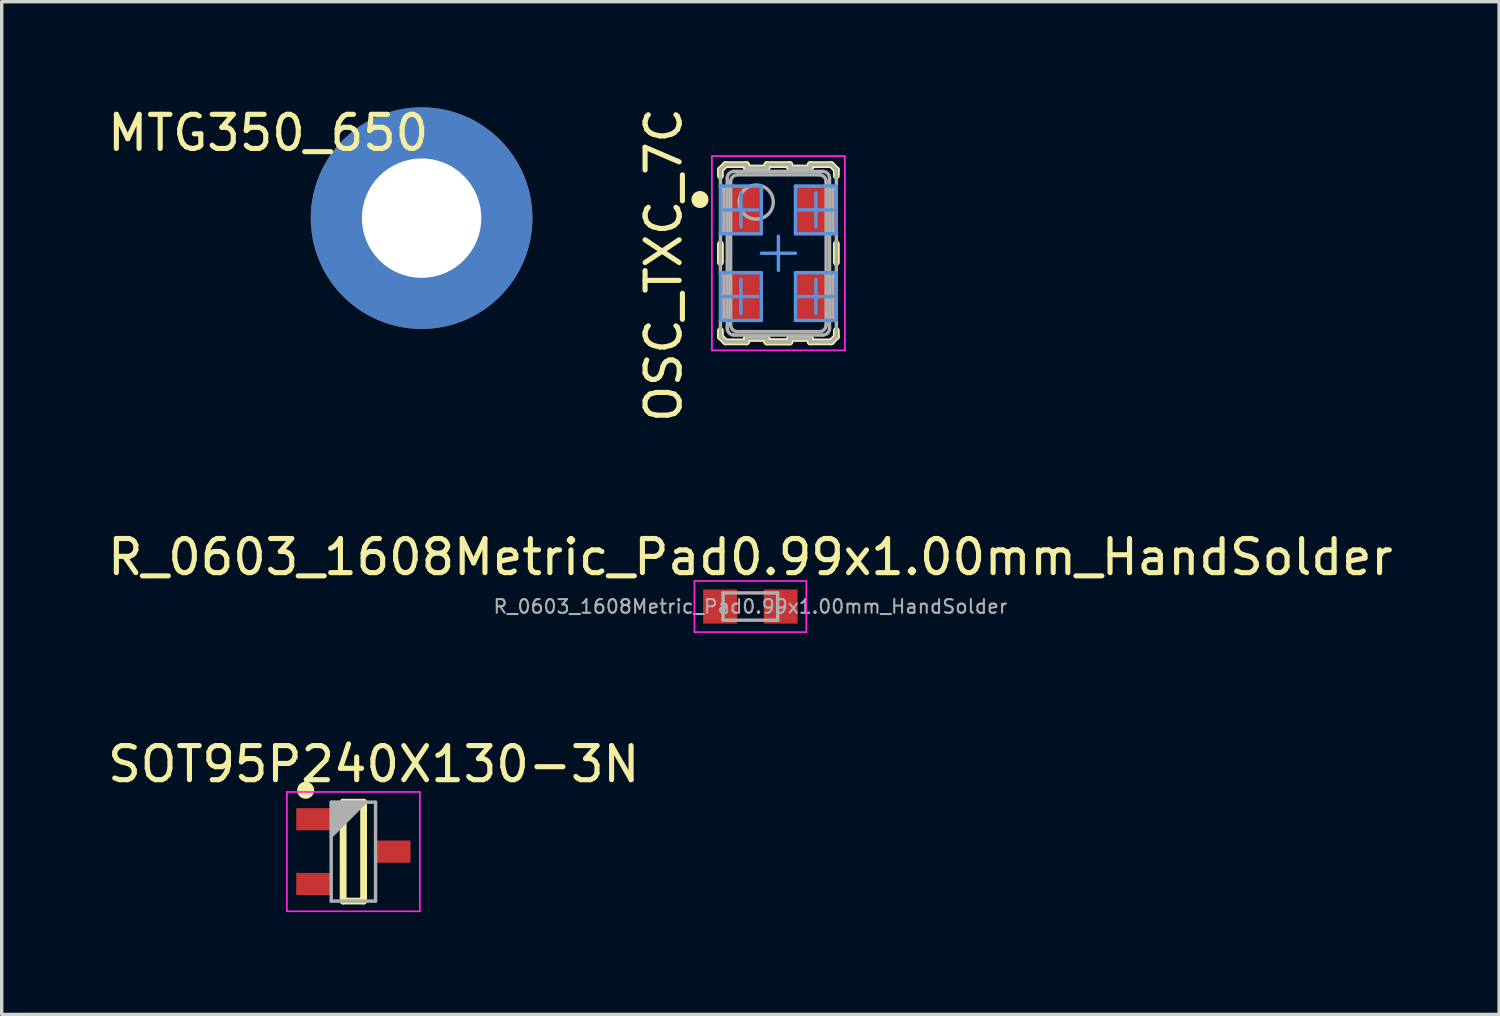
<source format=kicad_pcb>
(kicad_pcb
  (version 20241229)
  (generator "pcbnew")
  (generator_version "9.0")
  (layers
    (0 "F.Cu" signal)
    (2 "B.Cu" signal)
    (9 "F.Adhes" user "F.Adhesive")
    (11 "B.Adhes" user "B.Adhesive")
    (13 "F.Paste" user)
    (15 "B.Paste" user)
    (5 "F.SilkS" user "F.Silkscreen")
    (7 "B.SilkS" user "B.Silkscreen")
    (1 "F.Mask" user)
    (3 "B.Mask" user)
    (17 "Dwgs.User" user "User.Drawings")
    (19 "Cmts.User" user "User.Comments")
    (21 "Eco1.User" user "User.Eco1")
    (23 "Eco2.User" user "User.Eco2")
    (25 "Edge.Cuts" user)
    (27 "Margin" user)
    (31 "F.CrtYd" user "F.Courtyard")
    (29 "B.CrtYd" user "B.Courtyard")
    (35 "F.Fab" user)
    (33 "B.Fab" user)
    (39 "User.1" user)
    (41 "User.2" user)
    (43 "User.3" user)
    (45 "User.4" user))
  (footprint "MTG350_650"
    (layer "F.Cu")
    (at 9.315 3.348)
    (property "Reference" "MTG350_650" (at -4.5 -2.5 0) (layer "F.SilkS") (effects (font (size 1 1) (thickness 0.15))))
    (attr through_hole)
    (pad "1" thru_hole circle (at 0 0) (size 6.5 6.5) (drill 3.5) (layers "*.Cu" "*.Mask")))
  (footprint "R_0603_1608Metric_Pad0.99x1.00mm_HandSolder"
    (layer "F.Cu")
    (at 18.958 14.739)
    (property "Reference" "R_0603_1608Metric_Pad0.99x1.00mm_HandSolder" (at 0 -1.45 180) (layer "F.SilkS") (effects (font (size 1 1) (thickness 0.15))))
    (attr smd)
    (fp_line (start -1.64 -0.75) (end 1.64 -0.75) (stroke (width 0.05) (type solid)) (layer "F.CrtYd"))
    (fp_line (start -1.64 0.75) (end -1.64 -0.75) (stroke (width 0.05) (type solid)) (layer "F.CrtYd"))
    (fp_line (start 1.64 -0.75) (end 1.64 0.75) (stroke (width 0.05) (type solid)) (layer "F.CrtYd"))
    (fp_line (start 1.64 0.75) (end -1.64 0.75) (stroke (width 0.05) (type solid)) (layer "F.CrtYd"))
    (fp_line (start -0.8 -0.4) (end 0.8 -0.4) (stroke (width 0.1) (type solid)) (layer "F.Fab"))
    (fp_line (start -0.8 0.4) (end -0.8 -0.4) (stroke (width 0.1) (type solid)) (layer "F.Fab"))
    (fp_line (start 0.8 -0.4) (end 0.8 0.4) (stroke (width 0.1) (type solid)) (layer "F.Fab"))
    (fp_line (start 0.8 0.4) (end -0.8 0.4) (stroke (width 0.1) (type solid)) (layer "F.Fab"))
    (fp_text user "${REFERENCE}" (at 0 0 180) (layer "F.Fab") (effects (font (size 0.4 0.4) (thickness 0.06))))
    (pad "1" smd rect (at -0.887 0) (size 0.995 1) (layers "F.Cu" "F.Mask" "F.Paste"))
    (pad "2" smd rect (at 0.887 0) (size 0.995 1) (layers "F.Cu" "F.Mask" "F.Paste")))
  (footprint "OSC_TXC_7C"
    (layer "F.Cu")
    (at 19.779 4.377)
    (property "Reference" "OSC_TXC_7C" (at -3.365 0.344 270) (layer "F.SilkS") (effects (font (size 1 1) (thickness 0.15))))
    (attr smd)
    (fp_line (start -1.7 -2.45) (end -1.55 -2.6) (stroke (width 0.2) (type solid)) (layer "F.SilkS"))
    (fp_line (start -1.7 -2.27) (end -1.7 -2.45) (stroke (width 0.2) (type solid)) (layer "F.SilkS"))
    (fp_line (start -1.7 0.27) (end -1.7 -0.27) (stroke (width 0.2) (type solid)) (layer "F.SilkS"))
    (fp_line (start -1.7 2.45) (end -1.7 2.27) (stroke (width 0.2) (type solid)) (layer "F.SilkS"))
    (fp_line (start -1.7 2.45) (end -1.55 2.6) (stroke (width 0.2) (type solid)) (layer "F.SilkS"))
    (fp_line (start -1.55 -2.6) (end -0.935 -2.6) (stroke (width 0.2) (type solid)) (layer "F.SilkS"))
    (fp_line (start -1.55 2.6) (end -0.935 2.6) (stroke (width 0.2) (type solid)) (layer "F.SilkS"))
    (fp_line (start -0.935 -2.5) (end -0.935 -2.6) (stroke (width 0.2) (type solid)) (layer "F.SilkS"))
    (fp_line (start -0.935 -2.5) (end -0.335 -2.5) (stroke (width 0.2) (type solid)) (layer "F.SilkS"))
    (fp_line (start -0.935 2.5) (end -0.335 2.5) (stroke (width 0.2) (type solid)) (layer "F.SilkS"))
    (fp_line (start -0.935 2.6) (end -0.935 2.5) (stroke (width 0.2) (type solid)) (layer "F.SilkS"))
    (fp_line (start -0.335 -2.6) (end 0.335 -2.6) (stroke (width 0.2) (type solid)) (layer "F.SilkS"))
    (fp_line (start -0.335 -2.5) (end -0.335 -2.6) (stroke (width 0.2) (type solid)) (layer "F.SilkS"))
    (fp_line (start -0.335 2.6) (end -0.335 2.5) (stroke (width 0.2) (type solid)) (layer "F.SilkS"))
    (fp_line (start -0.335 2.6) (end 0.335 2.6) (stroke (width 0.2) (type solid)) (layer "F.SilkS"))
    (fp_line (start -0.335 2.6) (end 0.335 2.6) (stroke (width 0.2) (type solid)) (layer "F.SilkS"))
    (fp_line (start 0.335 -2.5) (end 0.335 -2.6) (stroke (width 0.2) (type solid)) (layer "F.SilkS"))
    (fp_line (start 0.335 -2.5) (end 0.935 -2.5) (stroke (width 0.2) (type solid)) (layer "F.SilkS"))
    (fp_line (start 0.335 2.5) (end 0.935 2.5) (stroke (width 0.2) (type solid)) (layer "F.SilkS"))
    (fp_line (start 0.335 2.6) (end 0.335 2.5) (stroke (width 0.2) (type solid)) (layer "F.SilkS"))
    (fp_line (start 0.935 -2.6) (end 1.55 -2.6) (stroke (width 0.2) (type solid)) (layer "F.SilkS"))
    (fp_line (start 0.935 -2.5) (end 0.935 -2.6) (stroke (width 0.2) (type solid)) (layer "F.SilkS"))
    (fp_line (start 0.935 2.6) (end 0.935 2.5) (stroke (width 0.2) (type solid)) (layer "F.SilkS"))
    (fp_line (start 0.935 2.6) (end 1.55 2.6) (stroke (width 0.2) (type solid)) (layer "F.SilkS"))
    (fp_line (start 1.55 -2.6) (end 1.7 -2.45) (stroke (width 0.2) (type solid)) (layer "F.SilkS"))
    (fp_line (start 1.55 2.6) (end 1.7 2.45) (stroke (width 0.2) (type solid)) (layer "F.SilkS"))
    (fp_line (start 1.7 -2.27) (end 1.7 -2.45) (stroke (width 0.2) (type solid)) (layer "F.SilkS"))
    (fp_line (start 1.7 0.27) (end 1.7 -0.27) (stroke (width 0.2) (type solid)) (layer "F.SilkS"))
    (fp_line (start 1.7 2.45) (end 1.7 2.27) (stroke (width 0.2) (type solid)) (layer "F.SilkS"))
    (fp_circle (center -2.3 -1.575) (end -2.175 -1.575) (stroke (width 0.25) (type solid)) (fill no) (layer "F.SilkS"))
    (fp_line (start -1.7 -1.97) (end -0.5 -1.97) (stroke (width 0.1) (type solid)) (layer "Cmts.User"))
    (fp_line (start -1.7 -0.57) (end -1.7 -1.97) (stroke (width 0.1) (type solid)) (layer "Cmts.User"))
    (fp_line (start -1.7 -0.57) (end -0.5 -0.57) (stroke (width 0.1) (type solid)) (layer "Cmts.User"))
    (fp_line (start -1.7 0.57) (end -0.5 0.57) (stroke (width 0.1) (type solid)) (layer "Cmts.User"))
    (fp_line (start -1.7 1.97) (end -1.7 0.57) (stroke (width 0.1) (type solid)) (layer "Cmts.User"))
    (fp_line (start -1.7 1.97) (end -0.5 1.97) (stroke (width 0.1) (type solid)) (layer "Cmts.User"))
    (fp_line (start -1.6 -1.27) (end -1.1 -1.27) (stroke (width 0.1) (type solid)) (layer "Cmts.User"))
    (fp_line (start -1.6 1.27) (end -1.1 1.27) (stroke (width 0.1) (type solid)) (layer "Cmts.User"))
    (fp_line (start -1.1 -1.27) (end -1.1 -1.77) (stroke (width 0.1) (type solid)) (layer "Cmts.User"))
    (fp_line (start -1.1 -1.27) (end -0.6 -1.27) (stroke (width 0.1) (type solid)) (layer "Cmts.User"))
    (fp_line (start -1.1 -0.77) (end -1.1 -1.27) (stroke (width 0.1) (type solid)) (layer "Cmts.User"))
    (fp_line (start -1.1 1.27) (end -1.1 0.77) (stroke (width 0.1) (type solid)) (layer "Cmts.User"))
    (fp_line (start -1.1 1.27) (end -0.6 1.27) (stroke (width 0.1) (type solid)) (layer "Cmts.User"))
    (fp_line (start -1.1 1.77) (end -1.1 1.27) (stroke (width 0.1) (type solid)) (layer "Cmts.User"))
    (fp_line (start -0.5 -0.57) (end -0.5 -1.97) (stroke (width 0.1) (type solid)) (layer "Cmts.User"))
    (fp_line (start -0.5 0) (end 0 0) (stroke (width 0.1) (type solid)) (layer "Cmts.User"))
    (fp_line (start -0.5 1.97) (end -0.5 0.57) (stroke (width 0.1) (type solid)) (layer "Cmts.User"))
    (fp_line (start 0 0) (end 0 -0.5) (stroke (width 0.1) (type solid)) (layer "Cmts.User"))
    (fp_line (start 0 0) (end 0.5 0) (stroke (width 0.1) (type solid)) (layer "Cmts.User"))
    (fp_line (start 0 0.5) (end 0 0) (stroke (width 0.1) (type solid)) (layer "Cmts.User"))
    (fp_line (start 0.5 -1.97) (end 1.7 -1.97) (stroke (width 0.1) (type solid)) (layer "Cmts.User"))
    (fp_line (start 0.5 -0.57) (end 0.5 -1.97) (stroke (width 0.1) (type solid)) (layer "Cmts.User"))
    (fp_line (start 0.5 -0.57) (end 1.7 -0.57) (stroke (width 0.1) (type solid)) (layer "Cmts.User"))
    (fp_line (start 0.5 0.57) (end 1.7 0.57) (stroke (width 0.1) (type solid)) (layer "Cmts.User"))
    (fp_line (start 0.5 1.97) (end 0.5 0.57) (stroke (width 0.1) (type solid)) (layer "Cmts.User"))
    (fp_line (start 0.5 1.97) (end 1.7 1.97) (stroke (width 0.1) (type solid)) (layer "Cmts.User"))
    (fp_line (start 0.6 -1.27) (end 1.1 -1.27) (stroke (width 0.1) (type solid)) (layer "Cmts.User"))
    (fp_line (start 0.6 1.27) (end 1.1 1.27) (stroke (width 0.1) (type solid)) (layer "Cmts.User"))
    (fp_line (start 1.1 -1.27) (end 1.1 -1.77) (stroke (width 0.1) (type solid)) (layer "Cmts.User"))
    (fp_line (start 1.1 -1.27) (end 1.6 -1.27) (stroke (width 0.1) (type solid)) (layer "Cmts.User"))
    (fp_line (start 1.1 -0.77) (end 1.1 -1.27) (stroke (width 0.1) (type solid)) (layer "Cmts.User"))
    (fp_line (start 1.1 1.27) (end 1.1 0.77) (stroke (width 0.1) (type solid)) (layer "Cmts.User"))
    (fp_line (start 1.1 1.27) (end 1.6 1.27) (stroke (width 0.1) (type solid)) (layer "Cmts.User"))
    (fp_line (start 1.1 1.77) (end 1.1 1.27) (stroke (width 0.1) (type solid)) (layer "Cmts.User"))
    (fp_line (start 1.7 -0.57) (end 1.7 -1.97) (stroke (width 0.1) (type solid)) (layer "Cmts.User"))
    (fp_line (start 1.7 1.97) (end 1.7 0.57) (stroke (width 0.1) (type solid)) (layer "Cmts.User"))
    (fp_line (start -1.95 -2.85) (end 1.95 -2.85) (stroke (width 0.05) (type solid)) (layer "F.CrtYd"))
    (fp_line (start -1.95 2.85) (end -1.95 -2.85) (stroke (width 0.05) (type solid)) (layer "F.CrtYd"))
    (fp_line (start -1.95 2.85) (end 1.95 2.85) (stroke (width 0.05) (type solid)) (layer "F.CrtYd"))
    (fp_line (start 1.95 2.85) (end 1.95 -2.85) (stroke (width 0.05) (type solid)) (layer "F.CrtYd"))
    (fp_line (start -1.7 -2.45) (end -1.55 -2.6) (stroke (width 0.1) (type solid)) (layer "F.Fab"))
    (fp_line (start -1.7 -1.97) (end -1.7 -2.45) (stroke (width 0.1) (type solid)) (layer "F.Fab"))
    (fp_line (start -1.7 -1.97) (end -1.6 -1.87) (stroke (width 0.1) (type solid)) (layer "F.Fab"))
    (fp_line (start -1.7 -0.57) (end -1.6 -0.67) (stroke (width 0.1) (type solid)) (layer "F.Fab"))
    (fp_line (start -1.7 0.57) (end -1.7 -0.57) (stroke (width 0.1) (type solid)) (layer "F.Fab"))
    (fp_line (start -1.7 0.57) (end -1.6 0.67) (stroke (width 0.1) (type solid)) (layer "F.Fab"))
    (fp_line (start -1.7 1.97) (end -1.6 1.87) (stroke (width 0.1) (type solid)) (layer "F.Fab"))
    (fp_line (start -1.7 2.45) (end -1.7 1.97) (stroke (width 0.1) (type solid)) (layer "F.Fab"))
    (fp_line (start -1.7 2.45) (end -1.55 2.6) (stroke (width 0.1) (type solid)) (layer "F.Fab"))
    (fp_line (start -1.6 -0.67) (end -1.6 -1.87) (stroke (width 0.1) (type solid)) (layer "F.Fab"))
    (fp_line (start -1.6 1.87) (end -1.6 0.67) (stroke (width 0.1) (type solid)) (layer "F.Fab"))
    (fp_line (start -1.55 -2.6) (end -0.935 -2.6) (stroke (width 0.1) (type solid)) (layer "F.Fab"))
    (fp_line (start -1.55 2.6) (end -0.935 2.6) (stroke (width 0.1) (type solid)) (layer "F.Fab"))
    (fp_line (start -1.5 2.2) (end -1.5 -2.2) (stroke (width 0.1) (type solid)) (layer "F.Fab"))
    (fp_line (start -1.4 2.1) (end -1.4 -2.1) (stroke (width 0.1) (type solid)) (layer "F.Fab"))
    (fp_line (start -1.3 -2.4) (end 1.3 -2.4) (stroke (width 0.1) (type solid)) (layer "F.Fab"))
    (fp_line (start -1.3 2.4) (end 1.3 2.4) (stroke (width 0.1) (type solid)) (layer "F.Fab"))
    (fp_line (start -1.2 -2.3) (end 1.2 -2.3) (stroke (width 0.1) (type solid)) (layer "F.Fab"))
    (fp_line (start -1.2 2.3) (end 1.2 2.3) (stroke (width 0.1) (type solid)) (layer "F.Fab"))
    (fp_line (start -0.935 -2.5) (end -0.935 -2.6) (stroke (width 0.1) (type solid)) (layer "F.Fab"))
    (fp_line (start -0.935 -2.5) (end -0.335 -2.5) (stroke (width 0.1) (type solid)) (layer "F.Fab"))
    (fp_line (start -0.935 2.5) (end -0.335 2.5) (stroke (width 0.1) (type solid)) (layer "F.Fab"))
    (fp_line (start -0.935 2.6) (end -0.935 2.5) (stroke (width 0.1) (type solid)) (layer "F.Fab"))
    (fp_line (start -0.335 -2.6) (end 0.335 -2.6) (stroke (width 0.1) (type solid)) (layer "F.Fab"))
    (fp_line (start -0.335 -2.5) (end -0.335 -2.6) (stroke (width 0.1) (type solid)) (layer "F.Fab"))
    (fp_line (start -0.335 2.6) (end -0.335 2.5) (stroke (width 0.1) (type solid)) (layer "F.Fab"))
    (fp_line (start -0.335 2.6) (end 0.335 2.6) (stroke (width 0.1) (type solid)) (layer "F.Fab"))
    (fp_line (start -0.335 2.6) (end 0.335 2.6) (stroke (width 0.1) (type solid)) (layer "F.Fab"))
    (fp_line (start 0.335 -2.5) (end 0.335 -2.6) (stroke (width 0.1) (type solid)) (layer "F.Fab"))
    (fp_line (start 0.335 -2.5) (end 0.935 -2.5) (stroke (width 0.1) (type solid)) (layer "F.Fab"))
    (fp_line (start 0.335 2.5) (end 0.935 2.5) (stroke (width 0.1) (type solid)) (layer "F.Fab"))
    (fp_line (start 0.335 2.6) (end 0.335 2.5) (stroke (width 0.1) (type solid)) (layer "F.Fab"))
    (fp_line (start 0.935 -2.6) (end 1.55 -2.6) (stroke (width 0.1) (type solid)) (layer "F.Fab"))
    (fp_line (start 0.935 -2.5) (end 0.935 -2.6) (stroke (width 0.1) (type solid)) (layer "F.Fab"))
    (fp_line (start 0.935 2.6) (end 0.935 2.5) (stroke (width 0.1) (type solid)) (layer "F.Fab"))
    (fp_line (start 0.935 2.6) (end 1.55 2.6) (stroke (width 0.1) (type solid)) (layer "F.Fab"))
    (fp_line (start 1.4 2.1) (end 1.4 -2.1) (stroke (width 0.1) (type solid)) (layer "F.Fab"))
    (fp_line (start 1.5 2.2) (end 1.5 -2.2) (stroke (width 0.1) (type solid)) (layer "F.Fab"))
    (fp_line (start 1.55 -2.6) (end 1.7 -2.45) (stroke (width 0.1) (type solid)) (layer "F.Fab"))
    (fp_line (start 1.55 2.6) (end 1.7 2.45) (stroke (width 0.1) (type solid)) (layer "F.Fab"))
    (fp_line (start 1.6 -1.87) (end 1.7 -1.97) (stroke (width 0.1) (type solid)) (layer "F.Fab"))
    (fp_line (start 1.6 -0.67) (end 1.6 -1.87) (stroke (width 0.1) (type solid)) (layer "F.Fab"))
    (fp_line (start 1.6 -0.67) (end 1.7 -0.57) (stroke (width 0.1) (type solid)) (layer "F.Fab"))
    (fp_line (start 1.6 0.67) (end 1.6 1.87) (stroke (width 0.1) (type solid)) (layer "F.Fab"))
    (fp_line (start 1.6 0.67) (end 1.7 0.57) (stroke (width 0.1) (type solid)) (layer "F.Fab"))
    (fp_line (start 1.6 1.87) (end 1.7 1.97) (stroke (width 0.1) (type solid)) (layer "F.Fab"))
    (fp_line (start 1.7 -1.97) (end 1.7 -2.45) (stroke (width 0.1) (type solid)) (layer "F.Fab"))
    (fp_line (start 1.7 0.57) (end 1.7 -0.57) (stroke (width 0.1) (type solid)) (layer "F.Fab"))
    (fp_line (start 1.7 1.97) (end 1.7 2.45) (stroke (width 0.1) (type solid)) (layer "F.Fab"))
    (fp_arc (start -1.5 -2.2) (mid -1.441421 -2.341421) (end -1.3 -2.4) (stroke (width 0.1) (type solid)) (layer "F.Fab"))
    (fp_arc (start -1.4 -2.1) (mid -1.341421 -2.241421) (end -1.2 -2.3) (stroke (width 0.1) (type solid)) (layer "F.Fab"))
    (fp_arc (start -1.3 2.4) (mid -1.441421 2.341421) (end -1.5 2.2) (stroke (width 0.1) (type solid)) (layer "F.Fab"))
    (fp_arc (start -1.2 2.3) (mid -1.341421 2.241421) (end -1.4 2.1) (stroke (width 0.1) (type solid)) (layer "F.Fab"))
    (fp_arc (start 1.2 -2.3) (mid 1.341421 -2.241421) (end 1.4 -2.1) (stroke (width 0.1) (type solid)) (layer "F.Fab"))
    (fp_arc (start 1.3 -2.4) (mid 1.441421 -2.341421) (end 1.5 -2.2) (stroke (width 0.1) (type solid)) (layer "F.Fab"))
    (fp_arc (start 1.4 2.1) (mid 1.341421 2.241421) (end 1.2 2.3) (stroke (width 0.1) (type solid)) (layer "F.Fab"))
    (fp_arc (start 1.5 2.2) (mid 1.441421 2.341421) (end 1.3 2.4) (stroke (width 0.1) (type solid)) (layer "F.Fab"))
    (fp_circle (center -0.65 -1.5) (end -0.15 -1.5) (stroke (width 0.1) (type solid)) (fill no) (layer "F.Fab"))
    (pad "1" smd rect (at -1.1 -1.27) (size 1.2 1.4) (layers "F.Cu" "F.Mask" "F.Paste"))
    (pad "2" smd rect (at -1.1 1.27) (size 1.2 1.4) (layers "F.Cu" "F.Mask" "F.Paste"))
    (pad "3" smd rect (at 1.1 1.27) (size 1.2 1.4) (layers "F.Cu" "F.Mask" "F.Paste"))
    (pad "4" smd rect (at 1.1 -1.27) (size 1.2 1.4) (layers "F.Cu" "F.Mask" "F.Paste")))
  (footprint "SOT95P240X130-3N"
    (layer "F.Cu")
    (at 7.314 21.927)
    (property "Reference" "SOT95P240X130-3N" (at 0.597 -2.565 180) (layer "F.SilkS") (effects (font (size 1 1) (thickness 0.15))))
    (attr smd)
    (fp_line (start -0.3 -1.45) (end 0.3 -1.45) (stroke (width 0.2) (type solid)) (layer "F.SilkS"))
    (fp_line (start -0.3 1.45) (end -0.3 -1.45) (stroke (width 0.2) (type solid)) (layer "F.SilkS"))
    (fp_line (start -0.3 1.45) (end 0.3 1.45) (stroke (width 0.2) (type solid)) (layer "F.SilkS"))
    (fp_line (start 0.3 1.45) (end 0.3 -1.45) (stroke (width 0.2) (type solid)) (layer "F.SilkS"))
    (fp_circle (center -1.4 -1.8) (end -1.275 -1.8) (stroke (width 0.25) (type solid)) (fill no) (layer "F.SilkS"))
    (fp_line (start -1.95 -1.75) (end 1.95 -1.75) (stroke (width 0.05) (type solid)) (layer "F.CrtYd"))
    (fp_line (start -1.95 1.75) (end -1.95 -1.75) (stroke (width 0.05) (type solid)) (layer "F.CrtYd"))
    (fp_line (start -1.95 1.75) (end 1.95 1.75) (stroke (width 0.05) (type solid)) (layer "F.CrtYd"))
    (fp_line (start 1.95 1.75) (end 1.95 -1.75) (stroke (width 0.05) (type solid)) (layer "F.CrtYd"))
    (fp_line (start -0.65 -1.45) (end 0.65 -1.45) (stroke (width 0.1) (type solid)) (layer "F.Fab"))
    (fp_line (start -0.65 -1.35) (end -0.55 -1.45) (stroke (width 0.1) (type solid)) (layer "F.Fab"))
    (fp_line (start -0.65 -1.25) (end -0.45 -1.45) (stroke (width 0.1) (type solid)) (layer "F.Fab"))
    (fp_line (start -0.65 -1.15) (end -0.35 -1.45) (stroke (width 0.1) (type solid)) (layer "F.Fab"))
    (fp_line (start -0.65 -1.05) (end -0.25 -1.45) (stroke (width 0.1) (type solid)) (layer "F.Fab"))
    (fp_line (start -0.65 -0.95) (end -0.15 -1.45) (stroke (width 0.1) (type solid)) (layer "F.Fab"))
    (fp_line (start -0.65 -0.85) (end -0.05 -1.45) (stroke (width 0.1) (type solid)) (layer "F.Fab"))
    (fp_line (start -0.65 -0.75) (end 0.05 -1.45) (stroke (width 0.1) (type solid)) (layer "F.Fab"))
    (fp_line (start -0.65 -0.65) (end 0.15 -1.45) (stroke (width 0.1) (type solid)) (layer "F.Fab"))
    (fp_line (start -0.65 -0.55) (end 0.25 -1.45) (stroke (width 0.1) (type solid)) (layer "F.Fab"))
    (fp_line (start -0.65 -0.45) (end 0.35 -1.45) (stroke (width 0.1) (type solid)) (layer "F.Fab"))
    (fp_line (start -0.65 1.45) (end -0.65 -1.45) (stroke (width 0.1) (type solid)) (layer "F.Fab"))
    (fp_line (start -0.65 1.45) (end 0.65 1.45) (stroke (width 0.1) (type solid)) (layer "F.Fab"))
    (fp_line (start 0.65 1.45) (end 0.65 -1.45) (stroke (width 0.1) (type solid)) (layer "F.Fab"))
    (pad "1" smd rect (at -1.15 -0.95) (size 1.05 0.65) (layers "F.Cu" "F.Mask" "F.Paste"))
    (pad "2" smd rect (at -1.15 0.95) (size 1.05 0.65) (layers "F.Cu" "F.Mask" "F.Paste"))
    (pad "3" smd rect (at 1.15 0) (size 1.05 0.65) (layers "F.Cu" "F.Mask" "F.Paste")))
  (gr_rect
    (start -3 -3)
    (end 40.917 26.702)
    (stroke (width 0.1) (type default))
    (fill no)
    (layer "Edge.Cuts")))
</source>
